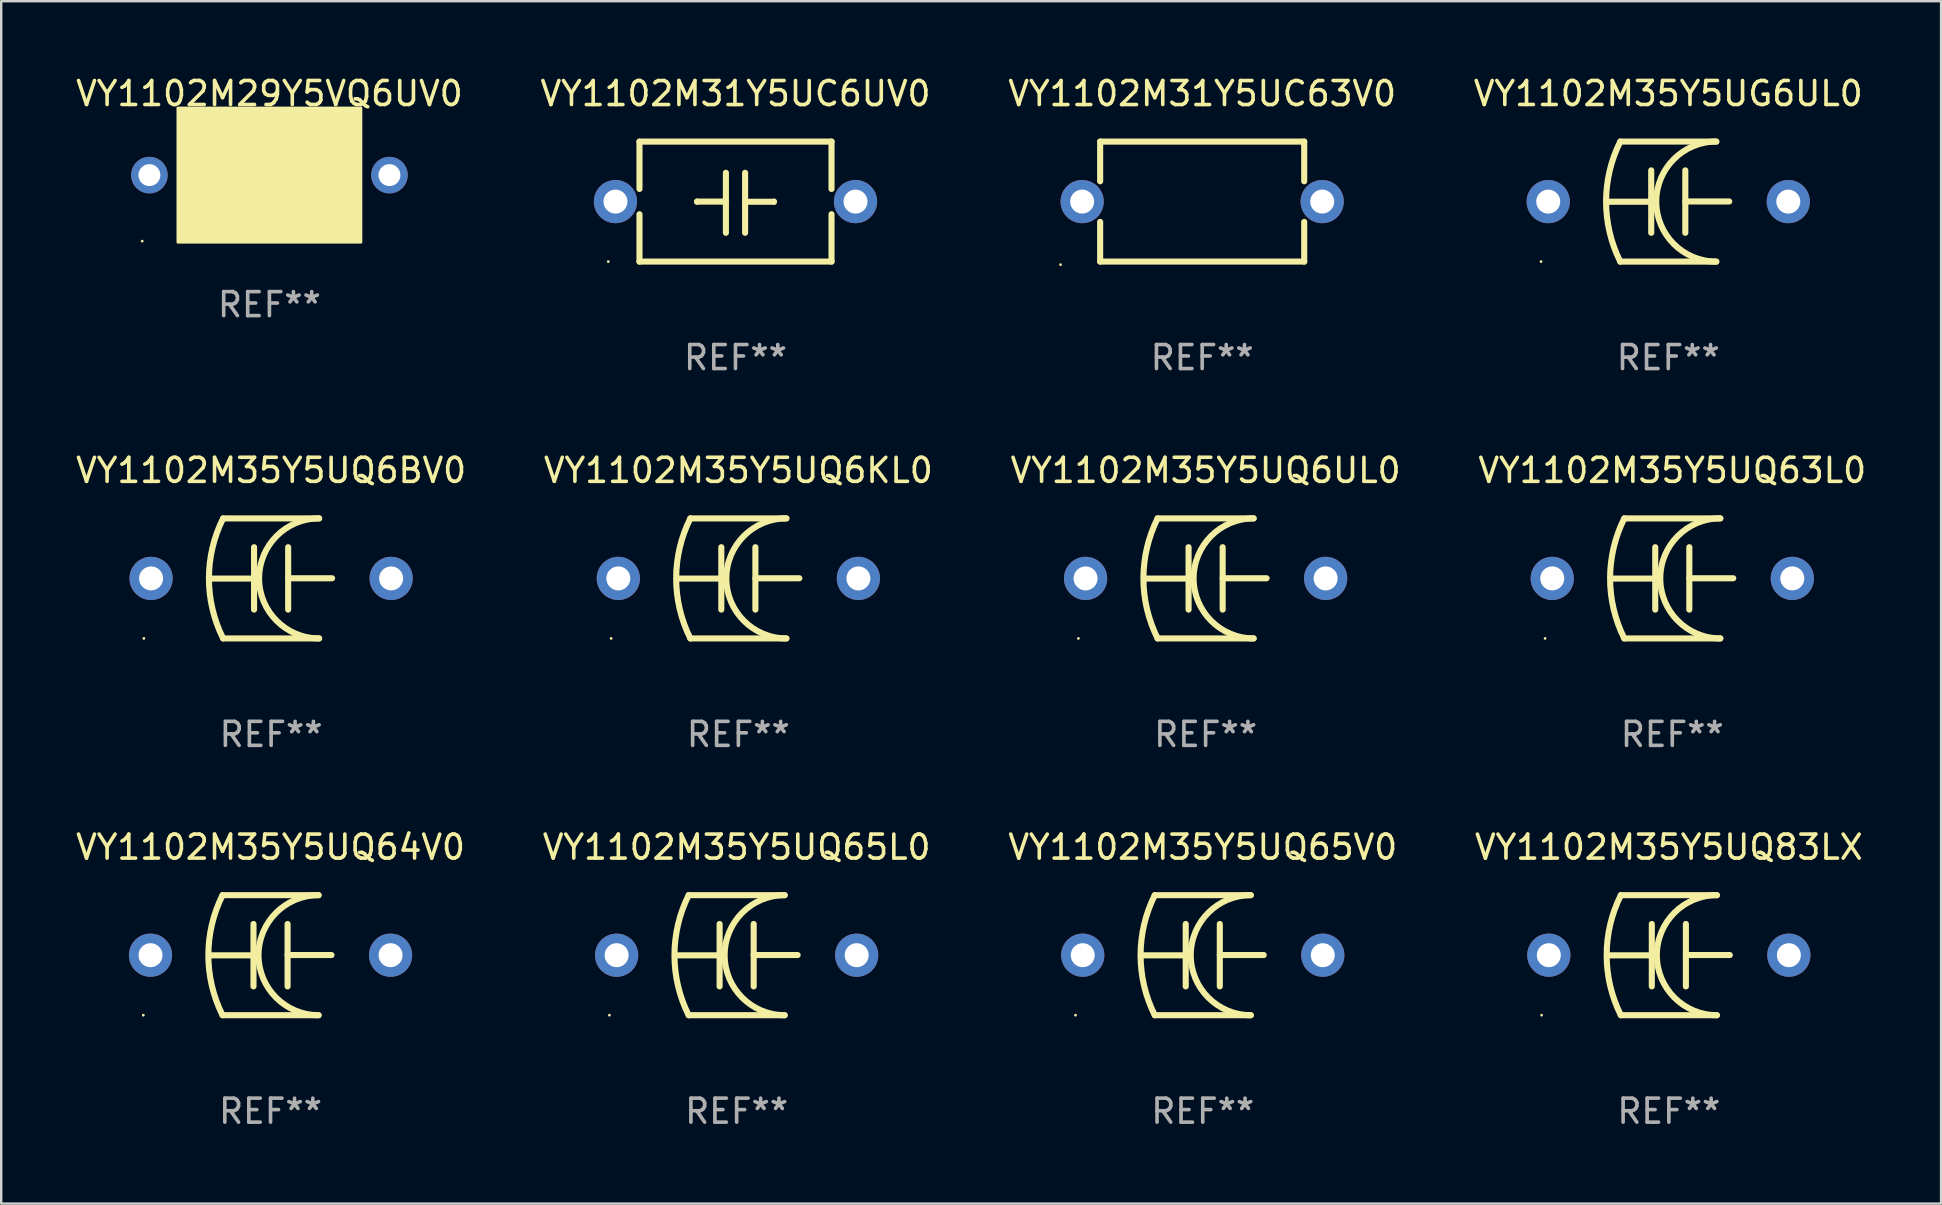
<source format=kicad_pcb>
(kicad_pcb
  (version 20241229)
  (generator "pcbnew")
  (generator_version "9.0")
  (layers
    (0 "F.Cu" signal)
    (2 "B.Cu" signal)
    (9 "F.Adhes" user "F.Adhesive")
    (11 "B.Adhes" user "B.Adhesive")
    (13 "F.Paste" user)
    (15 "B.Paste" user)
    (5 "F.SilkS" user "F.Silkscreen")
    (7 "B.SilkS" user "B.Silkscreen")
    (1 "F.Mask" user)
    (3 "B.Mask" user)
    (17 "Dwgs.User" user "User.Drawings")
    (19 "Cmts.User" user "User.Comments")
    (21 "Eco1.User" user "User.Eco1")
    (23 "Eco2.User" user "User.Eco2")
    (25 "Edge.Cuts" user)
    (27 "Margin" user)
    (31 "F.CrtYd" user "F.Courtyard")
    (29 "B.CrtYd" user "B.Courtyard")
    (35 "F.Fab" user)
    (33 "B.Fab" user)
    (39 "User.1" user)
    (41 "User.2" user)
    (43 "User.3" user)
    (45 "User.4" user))
  (footprint "VY1102M29Y5VQ6UV0"
    (layer "F.Cu")
    (at 8.173 4.245)
    (property "Reference" "VY1102M29Y5VQ6UV0" (at 0 -3.397 0) (layer "F.SilkS") (effects (font (size 1 1) (thickness 0.15))))
    (attr through_hole)
    (fp_line (start -0.381 -1.397) (end -0.381 1.397) (stroke (width 0.254) (type solid)) (layer "F.SilkS"))
    (fp_line (start -0.381 -0.023) (end -2.413 -0.023) (stroke (width 0.254) (type solid)) (layer "F.SilkS"))
    (fp_line (start 0.381 -1.397) (end 0.381 1.397) (stroke (width 0.254) (type solid)) (layer "F.SilkS"))
    (fp_line (start 0.381 0.002) (end 2.286 0.002) (stroke (width 0.254) (type solid)) (layer "F.SilkS"))
    (fp_circle (center -5.3 2.75) (end -5.27 2.75) (stroke (width 0.06) (type solid)) (fill no) (layer "F.SilkS"))
    (fp_poly (pts (xy -3.81 -2.794) (xy 3.81 -2.794) (xy 3.81 2.794) (xy -3.81 2.794)) (stroke (width 0.12) (type solid)) (fill yes) (layer "F.SilkS"))
    (fp_text user "REF**" (at 0 5.397 0) (layer "F.Fab") (effects (font (size 1 1) (thickness 0.15))))
    (pad "1" thru_hole circle (at -5 0) (size 1.524 1.524) (drill 0.914) (layers "*.Cu" "*.Mask"))
    (pad "2" thru_hole circle (at 5 0) (size 1.524 1.524) (drill 0.914) (layers "*.Cu" "*.Mask")))
  (footprint "VY1102M31Y5UC6UV0"
    (layer "F.Cu")
    (at 27.589 5.348)
    (property "Reference" "VY1102M31Y5UC6UV0" (at 0 -4.499 0) (layer "F.SilkS") (effects (font (size 1 1) (thickness 0.15))))
    (attr through_hole)
    (fp_line (start -4 -2.499) (end -4 -0.526) (stroke (width 0.254) (type solid)) (layer "F.SilkS"))
    (fp_line (start -4 -2.499) (end 4 -2.499) (stroke (width 0.254) (type solid)) (layer "F.SilkS"))
    (fp_line (start -4 0.526) (end -4 2.499) (stroke (width 0.254) (type solid)) (layer "F.SilkS"))
    (fp_line (start -1.6 0) (end -1.6 0.007) (stroke (width 0.254) (type solid)) (layer "F.SilkS"))
    (fp_line (start -0.4 0) (end -1.6 0) (stroke (width 0.254) (type solid)) (layer "F.SilkS"))
    (fp_line (start -0.4 1.3) (end -0.4 -1.2) (stroke (width 0.254) (type solid)) (layer "F.SilkS"))
    (fp_line (start 0.4 -1.2) (end 0.4 1.3) (stroke (width 0.254) (type solid)) (layer "F.SilkS"))
    (fp_line (start 0.4 0.007) (end 1.6 0.007) (stroke (width 0.254) (type solid)) (layer "F.SilkS"))
    (fp_line (start 1.6 0.007) (end 1.6 0) (stroke (width 0.254) (type solid)) (layer "F.SilkS"))
    (fp_line (start 4 -2.499) (end 4 -0.526) (stroke (width 0.254) (type solid)) (layer "F.SilkS"))
    (fp_line (start 4 0.526) (end 4 2.499) (stroke (width 0.254) (type solid)) (layer "F.SilkS"))
    (fp_line (start 4 2.499) (end -4 2.499) (stroke (width 0.254) (type solid)) (layer "F.SilkS"))
    (fp_circle (center -5.3 2.5) (end -5.27 2.5) (stroke (width 0.06) (type solid)) (fill no) (layer "F.SilkS"))
    (fp_text user "REF**" (at 0 6.499 0) (layer "F.Fab") (effects (font (size 1 1) (thickness 0.15))))
    (pad "1" thru_hole circle (at -5 0) (size 1.8 1.8) (drill 1) (layers "*.Cu" "*.Mask"))
    (pad "2" thru_hole circle (at 5 0) (size 1.8 1.8) (drill 1) (layers "*.Cu" "*.Mask")))
  (footprint "VY1102M31Y5UC63V0"
    (layer "F.Cu")
    (at 47.03 5.348)
    (property "Reference" "VY1102M31Y5UC63V0" (at 0 -4.499 0) (layer "F.SilkS") (effects (font (size 1 1) (thickness 0.15))))
    (attr through_hole)
    (fp_line (start -4.25 -2.499) (end -4.25 -0.846) (stroke (width 0.254) (type solid)) (layer "F.SilkS"))
    (fp_line (start -4.25 -2.499) (end 4.25 -2.499) (stroke (width 0.254) (type solid)) (layer "F.SilkS"))
    (fp_line (start -4.25 0.846) (end -4.25 2.499) (stroke (width 0.254) (type solid)) (layer "F.SilkS"))
    (fp_line (start 4.25 -0.846) (end 4.25 -2.499) (stroke (width 0.254) (type solid)) (layer "F.SilkS"))
    (fp_line (start 4.25 2.499) (end -4.25 2.499) (stroke (width 0.254) (type solid)) (layer "F.SilkS"))
    (fp_line (start 4.25 2.499) (end 4.25 0.846) (stroke (width 0.254) (type solid)) (layer "F.SilkS"))
    (fp_circle (center -5.9 2.626) (end -5.87 2.626) (stroke (width 0.06) (type solid)) (fill no) (layer "F.SilkS"))
    (fp_text user "REF**" (at 0 6.499 0) (layer "F.Fab") (effects (font (size 1 1) (thickness 0.15))))
    (pad "1" thru_hole circle (at -5 0) (size 1.8 1.8) (drill 1) (layers "*.Cu" "*.Mask"))
    (pad "2" thru_hole circle (at 5 0) (size 1.8 1.8) (drill 1) (layers "*.Cu" "*.Mask")))
  (footprint "VY1102M35Y5UG6UL0"
    (layer "F.Cu")
    (at 66.446 5.348)
    (property "Reference" "VY1102M35Y5UG6UL0" (at 0 -4.5 0) (layer "F.SilkS") (effects (font (size 1 1) (thickness 0.15))))
    (attr through_hole)
    (fp_line (start -2 -2.5) (end 2 -2.5) (stroke (width 0.254) (type solid)) (layer "F.SilkS"))
    (fp_line (start -0.71 -1.3) (end -0.71 1.3) (stroke (width 0.254) (type solid)) (layer "F.SilkS"))
    (fp_line (start -0.71 0.006) (end -2.54 0.006) (stroke (width 0.254) (type solid)) (layer "F.SilkS"))
    (fp_line (start 0.71 -0.006) (end 2.54 -0.006) (stroke (width 0.254) (type solid)) (layer "F.SilkS"))
    (fp_line (start 0.71 1.3) (end 0.71 -1.3) (stroke (width 0.254) (type solid)) (layer "F.SilkS"))
    (fp_line (start 2 2.5) (end -2 2.5) (stroke (width 0.254) (type solid)) (layer "F.SilkS"))
    (fp_arc (start -2 2.500178) (mid -2.590216 0.000098) (end -2.000076 -2.5) (stroke (width 0.254001) (type solid)) (layer "F.SilkS"))
    (fp_arc (start 1.999924 2.5) (mid -0.500025 -0.000838) (end 2.000508 -2.501092) (stroke (width 0.254001) (type solid)) (layer "F.SilkS"))
    (fp_circle (center -5.3 2.5) (end -5.27 2.5) (stroke (width 0.06) (type solid)) (fill no) (layer "F.SilkS"))
    (fp_text user "REF**" (at 0 6.5 0) (layer "F.Fab") (effects (font (size 1 1) (thickness 0.15))))
    (pad "1" thru_hole circle (at -5 0.000051) (size 1.8 1.8) (drill 1) (layers "*.Cu" "*.Mask"))
    (pad "2" thru_hole circle (at 5 0.000051) (size 1.8 1.8) (drill 1) (layers "*.Cu" "*.Mask")))
  (footprint "VY1102M35Y5UQ6BV0"
    (layer "F.Cu")
    (at 8.244 21.045)
    (property "Reference" "VY1102M35Y5UQ6BV0" (at 0 -4.5 0) (layer "F.SilkS") (effects (font (size 1 1) (thickness 0.15))))
    (attr through_hole)
    (fp_line (start -2 -2.5) (end 2 -2.5) (stroke (width 0.254) (type solid)) (layer "F.SilkS"))
    (fp_line (start -0.71 -1.3) (end -0.71 1.3) (stroke (width 0.254) (type solid)) (layer "F.SilkS"))
    (fp_line (start -0.71 0.006) (end -2.54 0.006) (stroke (width 0.254) (type solid)) (layer "F.SilkS"))
    (fp_line (start 0.71 -0.006) (end 2.54 -0.006) (stroke (width 0.254) (type solid)) (layer "F.SilkS"))
    (fp_line (start 0.71 1.3) (end 0.71 -1.3) (stroke (width 0.254) (type solid)) (layer "F.SilkS"))
    (fp_line (start 2 2.5) (end -2 2.5) (stroke (width 0.254) (type solid)) (layer "F.SilkS"))
    (fp_arc (start -2 2.500178) (mid -2.590216 0.000098) (end -2.000076 -2.5) (stroke (width 0.254001) (type solid)) (layer "F.SilkS"))
    (fp_arc (start 1.999924 2.5) (mid -0.500025 -0.000838) (end 2.000508 -2.501092) (stroke (width 0.254001) (type solid)) (layer "F.SilkS"))
    (fp_circle (center -5.3 2.5) (end -5.27 2.5) (stroke (width 0.06) (type solid)) (fill no) (layer "F.SilkS"))
    (fp_text user "REF**" (at 0 6.5 0) (layer "F.Fab") (effects (font (size 1 1) (thickness 0.15))))
    (pad "1" thru_hole circle (at -5 0.000051) (size 1.8 1.8) (drill 1) (layers "*.Cu" "*.Mask"))
    (pad "2" thru_hole circle (at 5 0.000051) (size 1.8 1.8) (drill 1) (layers "*.Cu" "*.Mask")))
  (footprint "VY1102M35Y5UQ65L0"
    (layer "F.Cu")
    (at 27.637 36.741)
    (property "Reference" "VY1102M35Y5UQ65L0" (at 0 -4.5 0) (layer "F.SilkS") (effects (font (size 1 1) (thickness 0.15))))
    (attr through_hole)
    (fp_line (start -2 -2.5) (end 2 -2.5) (stroke (width 0.254) (type solid)) (layer "F.SilkS"))
    (fp_line (start -0.71 -1.3) (end -0.71 1.3) (stroke (width 0.254) (type solid)) (layer "F.SilkS"))
    (fp_line (start -0.71 0.006) (end -2.54 0.006) (stroke (width 0.254) (type solid)) (layer "F.SilkS"))
    (fp_line (start 0.71 -0.006) (end 2.54 -0.006) (stroke (width 0.254) (type solid)) (layer "F.SilkS"))
    (fp_line (start 0.71 1.3) (end 0.71 -1.3) (stroke (width 0.254) (type solid)) (layer "F.SilkS"))
    (fp_line (start 2 2.5) (end -2 2.5) (stroke (width 0.254) (type solid)) (layer "F.SilkS"))
    (fp_arc (start -2 2.500178) (mid -2.590216 0.000098) (end -2.000076 -2.5) (stroke (width 0.254001) (type solid)) (layer "F.SilkS"))
    (fp_arc (start 1.999924 2.5) (mid -0.500025 -0.000838) (end 2.000508 -2.501092) (stroke (width 0.254001) (type solid)) (layer "F.SilkS"))
    (fp_circle (center -5.3 2.5) (end -5.27 2.5) (stroke (width 0.06) (type solid)) (fill no) (layer "F.SilkS"))
    (fp_text user "REF**" (at 0 6.5 0) (layer "F.Fab") (effects (font (size 1 1) (thickness 0.15))))
    (pad "1" thru_hole circle (at -5 0.000051) (size 1.8 1.8) (drill 1) (layers "*.Cu" "*.Mask"))
    (pad "2" thru_hole circle (at 5 0.000051) (size 1.8 1.8) (drill 1) (layers "*.Cu" "*.Mask")))
  (footprint "VY1102M35Y5UQ65V0"
    (layer "F.Cu")
    (at 47.054 36.741)
    (property "Reference" "VY1102M35Y5UQ65V0" (at 0 -4.5 0) (layer "F.SilkS") (effects (font (size 1 1) (thickness 0.15))))
    (attr through_hole)
    (fp_line (start -2 -2.5) (end 2 -2.5) (stroke (width 0.254) (type solid)) (layer "F.SilkS"))
    (fp_line (start -0.71 -1.3) (end -0.71 1.3) (stroke (width 0.254) (type solid)) (layer "F.SilkS"))
    (fp_line (start -0.71 0.006) (end -2.54 0.006) (stroke (width 0.254) (type solid)) (layer "F.SilkS"))
    (fp_line (start 0.71 -0.006) (end 2.54 -0.006) (stroke (width 0.254) (type solid)) (layer "F.SilkS"))
    (fp_line (start 0.71 1.3) (end 0.71 -1.3) (stroke (width 0.254) (type solid)) (layer "F.SilkS"))
    (fp_line (start 2 2.5) (end -2 2.5) (stroke (width 0.254) (type solid)) (layer "F.SilkS"))
    (fp_arc (start -2 2.500178) (mid -2.590216 0.000098) (end -2.000076 -2.5) (stroke (width 0.254001) (type solid)) (layer "F.SilkS"))
    (fp_arc (start 1.999924 2.5) (mid -0.500025 -0.000838) (end 2.000508 -2.501092) (stroke (width 0.254001) (type solid)) (layer "F.SilkS"))
    (fp_circle (center -5.3 2.5) (end -5.27 2.5) (stroke (width 0.06) (type solid)) (fill no) (layer "F.SilkS"))
    (fp_text user "REF**" (at 0 6.5 0) (layer "F.Fab") (effects (font (size 1 1) (thickness 0.15))))
    (pad "1" thru_hole circle (at -5 0.000051) (size 1.8 1.8) (drill 1) (layers "*.Cu" "*.Mask"))
    (pad "2" thru_hole circle (at 5 0.000051) (size 1.8 1.8) (drill 1) (layers "*.Cu" "*.Mask")))
  (footprint "VY1102M35Y5UQ83LX"
    (layer "F.Cu")
    (at 66.47 36.741)
    (property "Reference" "VY1102M35Y5UQ83LX" (at 0 -4.5 0) (layer "F.SilkS") (effects (font (size 1 1) (thickness 0.15))))
    (attr through_hole)
    (fp_line (start -2 -2.5) (end 2 -2.5) (stroke (width 0.254) (type solid)) (layer "F.SilkS"))
    (fp_line (start -0.71 -1.3) (end -0.71 1.3) (stroke (width 0.254) (type solid)) (layer "F.SilkS"))
    (fp_line (start -0.71 0.006) (end -2.54 0.006) (stroke (width 0.254) (type solid)) (layer "F.SilkS"))
    (fp_line (start 0.71 -0.006) (end 2.54 -0.006) (stroke (width 0.254) (type solid)) (layer "F.SilkS"))
    (fp_line (start 0.71 1.3) (end 0.71 -1.3) (stroke (width 0.254) (type solid)) (layer "F.SilkS"))
    (fp_line (start 2 2.5) (end -2 2.5) (stroke (width 0.254) (type solid)) (layer "F.SilkS"))
    (fp_arc (start -2 2.500178) (mid -2.590216 0.000098) (end -2.000076 -2.5) (stroke (width 0.254001) (type solid)) (layer "F.SilkS"))
    (fp_arc (start 1.999924 2.5) (mid -0.500025 -0.000838) (end 2.000508 -2.501092) (stroke (width 0.254001) (type solid)) (layer "F.SilkS"))
    (fp_circle (center -5.3 2.5) (end -5.27 2.5) (stroke (width 0.06) (type solid)) (fill no) (layer "F.SilkS"))
    (fp_text user "REF**" (at 0 6.5 0) (layer "F.Fab") (effects (font (size 1 1) (thickness 0.15))))
    (pad "1" thru_hole circle (at -5 0.000051) (size 1.8 1.8) (drill 1) (layers "*.Cu" "*.Mask"))
    (pad "2" thru_hole circle (at 5 0.000051) (size 1.8 1.8) (drill 1) (layers "*.Cu" "*.Mask")))
  (footprint "VY1102M35Y5UQ64V0"
    (layer "F.Cu")
    (at 8.22 36.741)
    (property "Reference" "VY1102M35Y5UQ64V0" (at 0 -4.5 0) (layer "F.SilkS") (effects (font (size 1 1) (thickness 0.15))))
    (attr through_hole)
    (fp_line (start -2 -2.5) (end 2 -2.5) (stroke (width 0.254) (type solid)) (layer "F.SilkS"))
    (fp_line (start -0.71 -1.3) (end -0.71 1.3) (stroke (width 0.254) (type solid)) (layer "F.SilkS"))
    (fp_line (start -0.71 0.006) (end -2.54 0.006) (stroke (width 0.254) (type solid)) (layer "F.SilkS"))
    (fp_line (start 0.71 -0.006) (end 2.54 -0.006) (stroke (width 0.254) (type solid)) (layer "F.SilkS"))
    (fp_line (start 0.71 1.3) (end 0.71 -1.3) (stroke (width 0.254) (type solid)) (layer "F.SilkS"))
    (fp_line (start 2 2.5) (end -2 2.5) (stroke (width 0.254) (type solid)) (layer "F.SilkS"))
    (fp_arc (start -2 2.500178) (mid -2.590216 0.000098) (end -2.000076 -2.5) (stroke (width 0.254001) (type solid)) (layer "F.SilkS"))
    (fp_arc (start 1.999924 2.5) (mid -0.500025 -0.000838) (end 2.000508 -2.501092) (stroke (width 0.254001) (type solid)) (layer "F.SilkS"))
    (fp_circle (center -5.3 2.5) (end -5.27 2.5) (stroke (width 0.06) (type solid)) (fill no) (layer "F.SilkS"))
    (fp_text user "REF**" (at 0 6.5 0) (layer "F.Fab") (effects (font (size 1 1) (thickness 0.15))))
    (pad "1" thru_hole circle (at -5 0.000051) (size 1.8 1.8) (drill 1) (layers "*.Cu" "*.Mask"))
    (pad "2" thru_hole circle (at 5 0.000051) (size 1.8 1.8) (drill 1) (layers "*.Cu" "*.Mask")))
  (footprint "VY1102M35Y5UQ6KL0"
    (layer "F.Cu")
    (at 27.708 21.045)
    (property "Reference" "VY1102M35Y5UQ6KL0" (at 0 -4.5 0) (layer "F.SilkS") (effects (font (size 1 1) (thickness 0.15))))
    (attr through_hole)
    (fp_line (start -2 -2.5) (end 2 -2.5) (stroke (width 0.254) (type solid)) (layer "F.SilkS"))
    (fp_line (start -0.71 -1.3) (end -0.71 1.3) (stroke (width 0.254) (type solid)) (layer "F.SilkS"))
    (fp_line (start -0.71 0.006) (end -2.54 0.006) (stroke (width 0.254) (type solid)) (layer "F.SilkS"))
    (fp_line (start 0.71 -0.006) (end 2.54 -0.006) (stroke (width 0.254) (type solid)) (layer "F.SilkS"))
    (fp_line (start 0.71 1.3) (end 0.71 -1.3) (stroke (width 0.254) (type solid)) (layer "F.SilkS"))
    (fp_line (start 2 2.5) (end -2 2.5) (stroke (width 0.254) (type solid)) (layer "F.SilkS"))
    (fp_arc (start -2 2.500178) (mid -2.590216 0.000098) (end -2.000076 -2.5) (stroke (width 0.254001) (type solid)) (layer "F.SilkS"))
    (fp_arc (start 1.999924 2.5) (mid -0.500025 -0.000838) (end 2.000508 -2.501092) (stroke (width 0.254001) (type solid)) (layer "F.SilkS"))
    (fp_circle (center -5.3 2.5) (end -5.27 2.5) (stroke (width 0.06) (type solid)) (fill no) (layer "F.SilkS"))
    (fp_text user "REF**" (at 0 6.5 0) (layer "F.Fab") (effects (font (size 1 1) (thickness 0.15))))
    (pad "1" thru_hole circle (at -5 0.000051) (size 1.8 1.8) (drill 1) (layers "*.Cu" "*.Mask"))
    (pad "2" thru_hole circle (at 5 0.000051) (size 1.8 1.8) (drill 1) (layers "*.Cu" "*.Mask")))
  (footprint "VY1102M35Y5UQ6UL0"
    (layer "F.Cu")
    (at 47.173 21.045)
    (property "Reference" "VY1102M35Y5UQ6UL0" (at 0 -4.5 0) (layer "F.SilkS") (effects (font (size 1 1) (thickness 0.15))))
    (attr through_hole)
    (fp_line (start -2 -2.5) (end 2 -2.5) (stroke (width 0.254) (type solid)) (layer "F.SilkS"))
    (fp_line (start -0.71 -1.3) (end -0.71 1.3) (stroke (width 0.254) (type solid)) (layer "F.SilkS"))
    (fp_line (start -0.71 0.006) (end -2.54 0.006) (stroke (width 0.254) (type solid)) (layer "F.SilkS"))
    (fp_line (start 0.71 -0.006) (end 2.54 -0.006) (stroke (width 0.254) (type solid)) (layer "F.SilkS"))
    (fp_line (start 0.71 1.3) (end 0.71 -1.3) (stroke (width 0.254) (type solid)) (layer "F.SilkS"))
    (fp_line (start 2 2.5) (end -2 2.5) (stroke (width 0.254) (type solid)) (layer "F.SilkS"))
    (fp_arc (start -2 2.500178) (mid -2.590216 0.000098) (end -2.000076 -2.5) (stroke (width 0.254001) (type solid)) (layer "F.SilkS"))
    (fp_arc (start 1.999924 2.5) (mid -0.500025 -0.000838) (end 2.000508 -2.501092) (stroke (width 0.254001) (type solid)) (layer "F.SilkS"))
    (fp_circle (center -5.3 2.5) (end -5.27 2.5) (stroke (width 0.06) (type solid)) (fill no) (layer "F.SilkS"))
    (fp_text user "REF**" (at 0 6.5 0) (layer "F.Fab") (effects (font (size 1 1) (thickness 0.15))))
    (pad "1" thru_hole circle (at -5 0.000051) (size 1.8 1.8) (drill 1) (layers "*.Cu" "*.Mask"))
    (pad "2" thru_hole circle (at 5 0.000051) (size 1.8 1.8) (drill 1) (layers "*.Cu" "*.Mask")))
  (footprint "VY1102M35Y5UQ63L0"
    (layer "F.Cu")
    (at 66.613 21.045)
    (property "Reference" "VY1102M35Y5UQ63L0" (at 0 -4.5 0) (layer "F.SilkS") (effects (font (size 1 1) (thickness 0.15))))
    (attr through_hole)
    (fp_line (start -2 -2.5) (end 2 -2.5) (stroke (width 0.254) (type solid)) (layer "F.SilkS"))
    (fp_line (start -0.71 -1.3) (end -0.71 1.3) (stroke (width 0.254) (type solid)) (layer "F.SilkS"))
    (fp_line (start -0.71 0.006) (end -2.54 0.006) (stroke (width 0.254) (type solid)) (layer "F.SilkS"))
    (fp_line (start 0.71 -0.006) (end 2.54 -0.006) (stroke (width 0.254) (type solid)) (layer "F.SilkS"))
    (fp_line (start 0.71 1.3) (end 0.71 -1.3) (stroke (width 0.254) (type solid)) (layer "F.SilkS"))
    (fp_line (start 2 2.5) (end -2 2.5) (stroke (width 0.254) (type solid)) (layer "F.SilkS"))
    (fp_arc (start -2 2.500178) (mid -2.590216 0.000098) (end -2.000076 -2.5) (stroke (width 0.254001) (type solid)) (layer "F.SilkS"))
    (fp_arc (start 1.999924 2.5) (mid -0.500025 -0.000838) (end 2.000508 -2.501092) (stroke (width 0.254001) (type solid)) (layer "F.SilkS"))
    (fp_circle (center -5.3 2.5) (end -5.27 2.5) (stroke (width 0.06) (type solid)) (fill no) (layer "F.SilkS"))
    (fp_text user "REF**" (at 0 6.5 0) (layer "F.Fab") (effects (font (size 1 1) (thickness 0.15))))
    (pad "1" thru_hole circle (at -5 0.000051) (size 1.8 1.8) (drill 1) (layers "*.Cu" "*.Mask"))
    (pad "2" thru_hole circle (at 5 0.000051) (size 1.8 1.8) (drill 1) (layers "*.Cu" "*.Mask")))
  (gr_rect
    (start -3 -3)
    (end 77.81 47.09)
    (stroke (width 0.1) (type default))
    (fill no)
    (layer "Edge.Cuts")))
</source>
